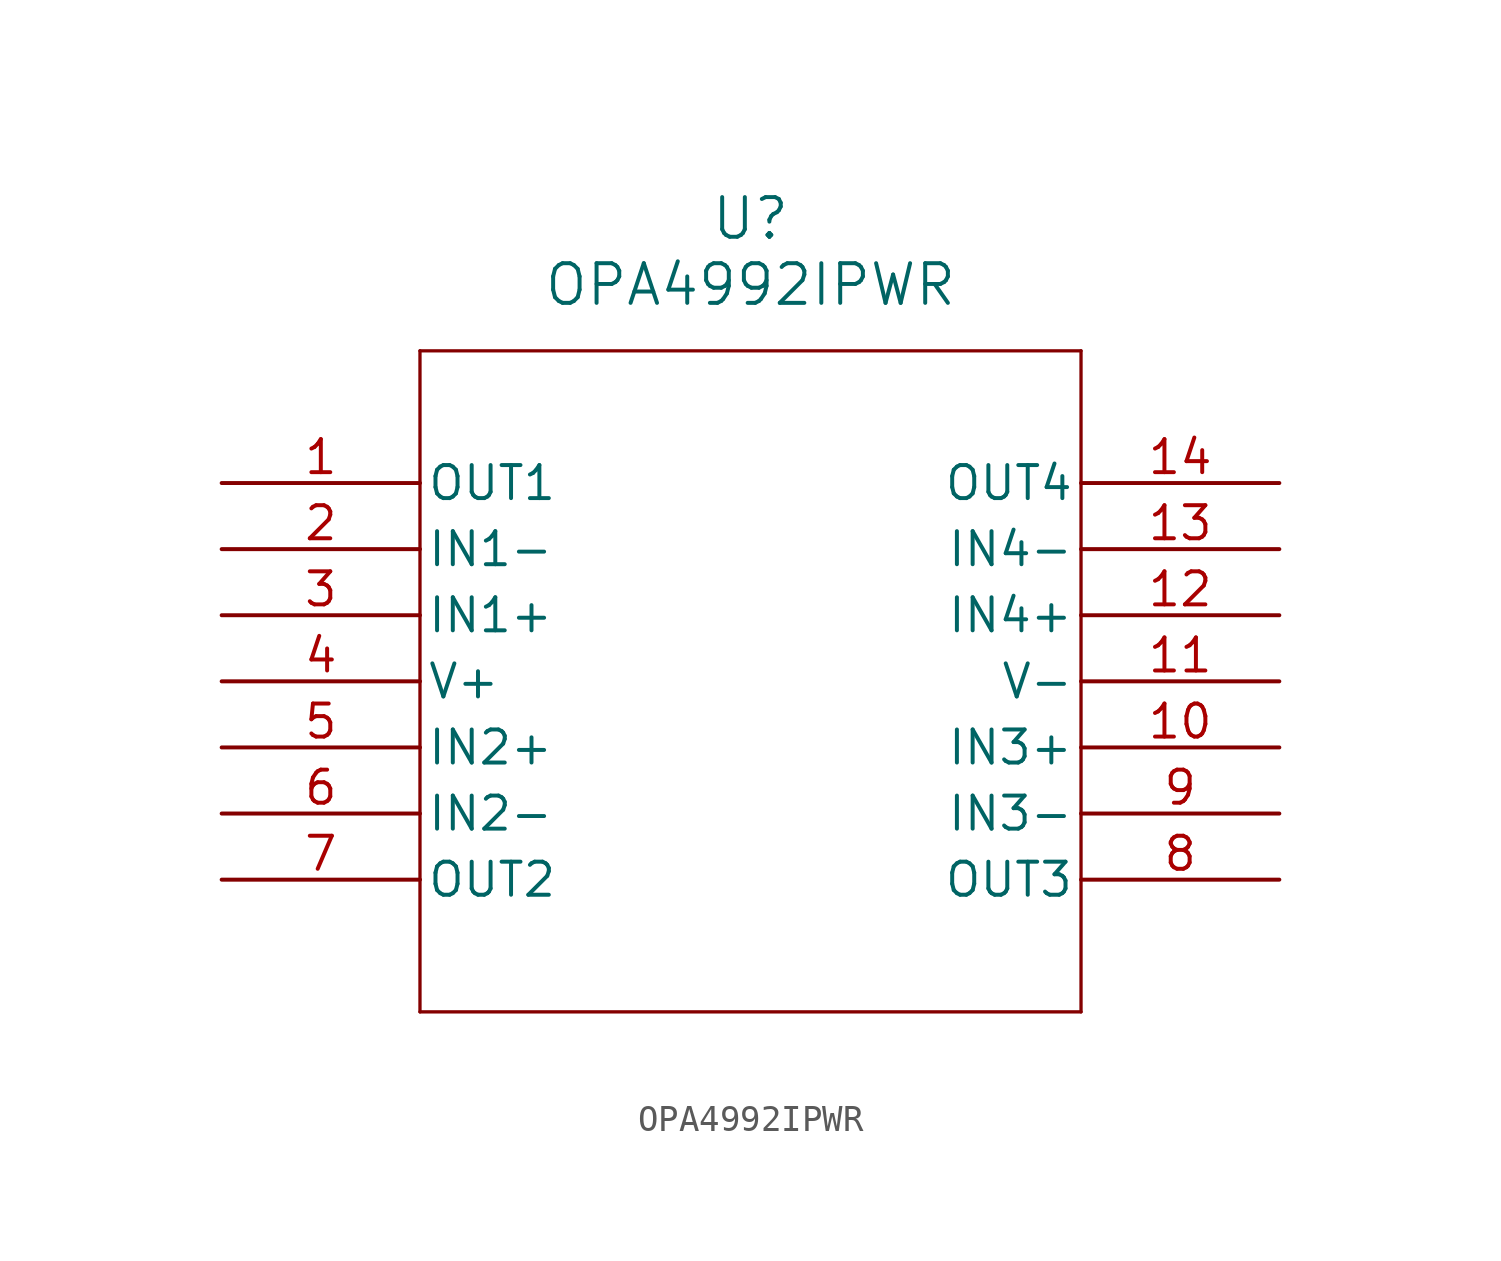
<source format=kicad_sym>
(kicad_symbol_lib
  (version 20211014)
  (generator kicad_symbol_editor)
  (symbol "OPA4992IPWR"
    (pin_names
      (offset 0.254))
    (property "Reference" "U"
      (at 20.32 10.16 0)
      (effects (font (size 1.524 1.524))))
    (property "Value" "OPA4992IPWR"
      (at 20.32 7.62 0)
      (effects (font (size 1.524 1.524))))
    (symbol "OPA4992IPWR_0_1"
      (polyline (pts (xy 7.62 5.08) (xy 7.62 -20.32)) (stroke (width 0.127) (type default) (color 0 0 0 0)) (fill (type none)))
      (polyline (pts (xy 7.62 -20.32) (xy 33.02 -20.32)) (stroke (width 0.127) (type default) (color 0 0 0 0)) (fill (type none)))
      (polyline (pts (xy 33.02 -20.32) (xy 33.02 5.08)) (stroke (width 0.127) (type default) (color 0 0 0 0)) (fill (type none)))
      (polyline (pts (xy 33.02 5.08) (xy 7.62 5.08)) (stroke (width 0.127) (type default) (color 0 0 0 0)) (fill (type none)))
      (pin output line (at 0 0 0) (length 7.62) (name "OUT1" (effects (font (size 1.27 1.27)))) (number "1" (effects (font (size 1.27 1.27)))))
      (pin input line (at 0 -2.54 0) (length 7.62) (name "IN1-" (effects (font (size 1.27 1.27)))) (number "2" (effects (font (size 1.27 1.27)))))
      (pin input line (at 0 -5.08 0) (length 7.62) (name "IN1+" (effects (font (size 1.27 1.27)))) (number "3" (effects (font (size 1.27 1.27)))))
      (pin power_in line (at 0 -7.62 0) (length 7.62) (name "V+" (effects (font (size 1.27 1.27)))) (number "4" (effects (font (size 1.27 1.27)))))
      (pin input line (at 0 -10.16 0) (length 7.62) (name "IN2+" (effects (font (size 1.27 1.27)))) (number "5" (effects (font (size 1.27 1.27)))))
      (pin input line (at 0 -12.7 0) (length 7.62) (name "IN2-" (effects (font (size 1.27 1.27)))) (number "6" (effects (font (size 1.27 1.27)))))
      (pin output line (at 0 -15.24 0) (length 7.62) (name "OUT2" (effects (font (size 1.27 1.27)))) (number "7" (effects (font (size 1.27 1.27)))))
      (pin output line (at 40.64 -15.24 180) (length 7.62) (name "OUT3" (effects (font (size 1.27 1.27)))) (number "8" (effects (font (size 1.27 1.27)))))
      (pin input line (at 40.64 -12.7 180) (length 7.62) (name "IN3-" (effects (font (size 1.27 1.27)))) (number "9" (effects (font (size 1.27 1.27)))))
      (pin input line (at 40.64 -10.16 180) (length 7.62) (name "IN3+" (effects (font (size 1.27 1.27)))) (number "10" (effects (font (size 1.27 1.27)))))
      (pin power_out line (at 40.64 -7.62 180) (length 7.62) (name "V-" (effects (font (size 1.27 1.27)))) (number "11" (effects (font (size 1.27 1.27)))))
      (pin input line (at 40.64 -5.08 180) (length 7.62) (name "IN4+" (effects (font (size 1.27 1.27)))) (number "12" (effects (font (size 1.27 1.27)))))
      (pin input line (at 40.64 -2.54 180) (length 7.62) (name "IN4-" (effects (font (size 1.27 1.27)))) (number "13" (effects (font (size 1.27 1.27)))))
      (pin output line (at 40.64 0 180) (length 7.62) (name "OUT4" (effects (font (size 1.27 1.27)))) (number "14" (effects (font (size 1.27 1.27))))))))
</source>
